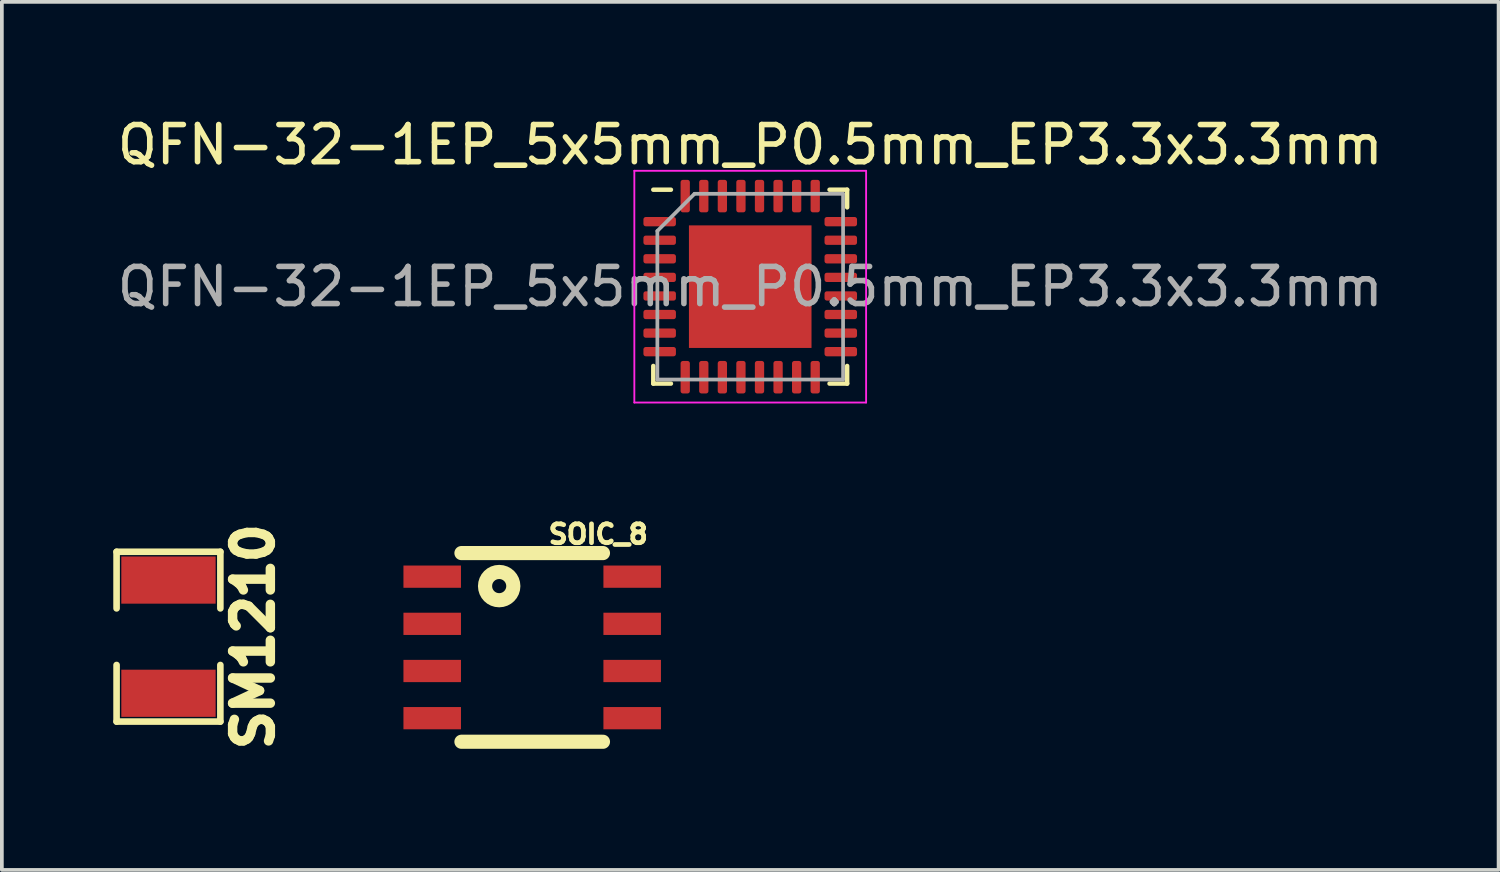
<source format=kicad_pcb>
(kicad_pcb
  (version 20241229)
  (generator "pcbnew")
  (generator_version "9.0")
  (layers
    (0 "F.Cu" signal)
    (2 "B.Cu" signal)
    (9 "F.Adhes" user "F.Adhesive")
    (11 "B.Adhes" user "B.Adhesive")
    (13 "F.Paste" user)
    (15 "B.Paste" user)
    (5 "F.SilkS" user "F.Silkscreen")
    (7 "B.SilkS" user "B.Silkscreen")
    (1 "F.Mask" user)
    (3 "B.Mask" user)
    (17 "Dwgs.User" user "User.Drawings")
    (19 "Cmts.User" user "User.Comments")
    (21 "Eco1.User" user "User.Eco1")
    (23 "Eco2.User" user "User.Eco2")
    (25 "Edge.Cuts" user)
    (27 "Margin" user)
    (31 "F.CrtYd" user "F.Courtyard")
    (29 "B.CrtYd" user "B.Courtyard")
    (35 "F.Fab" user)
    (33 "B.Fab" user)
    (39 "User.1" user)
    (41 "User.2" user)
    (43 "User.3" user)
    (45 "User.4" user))
  (footprint "QFN-32-1EP_5x5mm_P0.5mm_EP3.3x3.3mm"
    (layer "F.Cu")
    (at 17.149 4.668)
    (property "Reference" "QFN-32-1EP_5x5mm_P0.5mm_EP3.3x3.3mm" (at 0 -3.82 0) (layer "F.SilkS") (effects (font (size 1 1) (thickness 0.15))))
    (attr smd)
    (fp_line (start -2.61 2.61) (end -2.61 2.135) (stroke (width 0.12) (type solid)) (layer "F.SilkS"))
    (fp_line (start -2.135 -2.61) (end -2.61 -2.61) (stroke (width 0.12) (type solid)) (layer "F.SilkS"))
    (fp_line (start -2.135 2.61) (end -2.61 2.61) (stroke (width 0.12) (type solid)) (layer "F.SilkS"))
    (fp_line (start 2.135 -2.61) (end 2.61 -2.61) (stroke (width 0.12) (type solid)) (layer "F.SilkS"))
    (fp_line (start 2.135 2.61) (end 2.61 2.61) (stroke (width 0.12) (type solid)) (layer "F.SilkS"))
    (fp_line (start 2.61 -2.61) (end 2.61 -2.135) (stroke (width 0.12) (type solid)) (layer "F.SilkS"))
    (fp_line (start 2.61 2.61) (end 2.61 2.135) (stroke (width 0.12) (type solid)) (layer "F.SilkS"))
    (fp_line (start -3.12 -3.12) (end -3.12 3.12) (stroke (width 0.05) (type solid)) (layer "F.CrtYd"))
    (fp_line (start -3.12 3.12) (end 3.12 3.12) (stroke (width 0.05) (type solid)) (layer "F.CrtYd"))
    (fp_line (start 3.12 -3.12) (end -3.12 -3.12) (stroke (width 0.05) (type solid)) (layer "F.CrtYd"))
    (fp_line (start 3.12 3.12) (end 3.12 -3.12) (stroke (width 0.05) (type solid)) (layer "F.CrtYd"))
    (fp_line (start -2.5 -1.5) (end -1.5 -2.5) (stroke (width 0.1) (type solid)) (layer "F.Fab"))
    (fp_line (start -2.5 2.5) (end -2.5 -1.5) (stroke (width 0.1) (type solid)) (layer "F.Fab"))
    (fp_line (start -1.5 -2.5) (end 2.5 -2.5) (stroke (width 0.1) (type solid)) (layer "F.Fab"))
    (fp_line (start 2.5 -2.5) (end 2.5 2.5) (stroke (width 0.1) (type solid)) (layer "F.Fab"))
    (fp_line (start 2.5 2.5) (end -2.5 2.5) (stroke (width 0.1) (type solid)) (layer "F.Fab"))
    (fp_text user "${REFERENCE}" (at 0 0 0) (layer "F.Fab") (effects (font (size 1 1) (thickness 0.15))))
    (pad "" smd roundrect (at -1.1 -1.1) (size 0.89 0.89) (layers "F.Paste") (roundrect_rratio 0.25))
    (pad "" smd roundrect (at -1.1 0) (size 0.89 0.89) (layers "F.Paste") (roundrect_rratio 0.25))
    (pad "" smd roundrect (at -1.1 1.1) (size 0.89 0.89) (layers "F.Paste") (roundrect_rratio 0.25))
    (pad "" smd roundrect (at 0 -1.1) (size 0.89 0.89) (layers "F.Paste") (roundrect_rratio 0.25))
    (pad "" smd roundrect (at 0 0) (size 0.89 0.89) (layers "F.Paste") (roundrect_rratio 0.25))
    (pad "" smd roundrect (at 0 1.1) (size 0.89 0.89) (layers "F.Paste") (roundrect_rratio 0.25))
    (pad "" smd roundrect (at 1.1 -1.1) (size 0.89 0.89) (layers "F.Paste") (roundrect_rratio 0.25))
    (pad "" smd roundrect (at 1.1 0) (size 0.89 0.89) (layers "F.Paste") (roundrect_rratio 0.25))
    (pad "" smd roundrect (at 1.1 1.1) (size 0.89 0.89) (layers "F.Paste") (roundrect_rratio 0.25))
    (pad "1" smd roundrect (at -2.438 -1.75) (size 0.875 0.25) (layers "F.Cu" "F.Mask" "F.Paste") (roundrect_rratio 0.25))
    (pad "2" smd roundrect (at -2.438 -1.25) (size 0.875 0.25) (layers "F.Cu" "F.Mask" "F.Paste") (roundrect_rratio 0.25))
    (pad "3" smd roundrect (at -2.438 -0.75) (size 0.875 0.25) (layers "F.Cu" "F.Mask" "F.Paste") (roundrect_rratio 0.25))
    (pad "4" smd roundrect (at -2.438 -0.25) (size 0.875 0.25) (layers "F.Cu" "F.Mask" "F.Paste") (roundrect_rratio 0.25))
    (pad "5" smd roundrect (at -2.438 0.25) (size 0.875 0.25) (layers "F.Cu" "F.Mask" "F.Paste") (roundrect_rratio 0.25))
    (pad "6" smd roundrect (at -2.438 0.75) (size 0.875 0.25) (layers "F.Cu" "F.Mask" "F.Paste") (roundrect_rratio 0.25))
    (pad "7" smd roundrect (at -2.438 1.25) (size 0.875 0.25) (layers "F.Cu" "F.Mask" "F.Paste") (roundrect_rratio 0.25))
    (pad "8" smd roundrect (at -2.438 1.75) (size 0.875 0.25) (layers "F.Cu" "F.Mask" "F.Paste") (roundrect_rratio 0.25))
    (pad "9" smd roundrect (at -1.75 2.438) (size 0.25 0.875) (layers "F.Cu" "F.Mask" "F.Paste") (roundrect_rratio 0.25))
    (pad "10" smd roundrect (at -1.25 2.438) (size 0.25 0.875) (layers "F.Cu" "F.Mask" "F.Paste") (roundrect_rratio 0.25))
    (pad "11" smd roundrect (at -0.75 2.438) (size 0.25 0.875) (layers "F.Cu" "F.Mask" "F.Paste") (roundrect_rratio 0.25))
    (pad "12" smd roundrect (at -0.25 2.438) (size 0.25 0.875) (layers "F.Cu" "F.Mask" "F.Paste") (roundrect_rratio 0.25))
    (pad "13" smd roundrect (at 0.25 2.438) (size 0.25 0.875) (layers "F.Cu" "F.Mask" "F.Paste") (roundrect_rratio 0.25))
    (pad "14" smd roundrect (at 0.75 2.438) (size 0.25 0.875) (layers "F.Cu" "F.Mask" "F.Paste") (roundrect_rratio 0.25))
    (pad "15" smd roundrect (at 1.25 2.438) (size 0.25 0.875) (layers "F.Cu" "F.Mask" "F.Paste") (roundrect_rratio 0.25))
    (pad "16" smd roundrect (at 1.75 2.438) (size 0.25 0.875) (layers "F.Cu" "F.Mask" "F.Paste") (roundrect_rratio 0.25))
    (pad "17" smd roundrect (at 2.438 1.75) (size 0.875 0.25) (layers "F.Cu" "F.Mask" "F.Paste") (roundrect_rratio 0.25))
    (pad "18" smd roundrect (at 2.438 1.25) (size 0.875 0.25) (layers "F.Cu" "F.Mask" "F.Paste") (roundrect_rratio 0.25))
    (pad "19" smd roundrect (at 2.438 0.75) (size 0.875 0.25) (layers "F.Cu" "F.Mask" "F.Paste") (roundrect_rratio 0.25))
    (pad "20" smd roundrect (at 2.438 0.25) (size 0.875 0.25) (layers "F.Cu" "F.Mask" "F.Paste") (roundrect_rratio 0.25))
    (pad "21" smd roundrect (at 2.438 -0.25) (size 0.875 0.25) (layers "F.Cu" "F.Mask" "F.Paste") (roundrect_rratio 0.25))
    (pad "22" smd roundrect (at 2.438 -0.75) (size 0.875 0.25) (layers "F.Cu" "F.Mask" "F.Paste") (roundrect_rratio 0.25))
    (pad "23" smd roundrect (at 2.438 -1.25) (size 0.875 0.25) (layers "F.Cu" "F.Mask" "F.Paste") (roundrect_rratio 0.25))
    (pad "24" smd roundrect (at 2.438 -1.75) (size 0.875 0.25) (layers "F.Cu" "F.Mask" "F.Paste") (roundrect_rratio 0.25))
    (pad "25" smd roundrect (at 1.75 -2.438) (size 0.25 0.875) (layers "F.Cu" "F.Mask" "F.Paste") (roundrect_rratio 0.25))
    (pad "26" smd roundrect (at 1.25 -2.438) (size 0.25 0.875) (layers "F.Cu" "F.Mask" "F.Paste") (roundrect_rratio 0.25))
    (pad "27" smd roundrect (at 0.75 -2.438) (size 0.25 0.875) (layers "F.Cu" "F.Mask" "F.Paste") (roundrect_rratio 0.25))
    (pad "28" smd roundrect (at 0.25 -2.438) (size 0.25 0.875) (layers "F.Cu" "F.Mask" "F.Paste") (roundrect_rratio 0.25))
    (pad "29" smd roundrect (at -0.25 -2.438) (size 0.25 0.875) (layers "F.Cu" "F.Mask" "F.Paste") (roundrect_rratio 0.25))
    (pad "30" smd roundrect (at -0.75 -2.438) (size 0.25 0.875) (layers "F.Cu" "F.Mask" "F.Paste") (roundrect_rratio 0.25))
    (pad "31" smd roundrect (at -1.25 -2.438) (size 0.25 0.875) (layers "F.Cu" "F.Mask" "F.Paste") (roundrect_rratio 0.25))
    (pad "32" smd roundrect (at -1.75 -2.438) (size 0.25 0.875) (layers "F.Cu" "F.Mask" "F.Paste") (roundrect_rratio 0.25))
    (pad "33" smd rect (at 0 0) (size 3.3 3.3) (layers "F.Cu" "F.Mask")))
  (footprint "SOIC_8"
    (layer "F.Cu")
    (at 11.279 14.381)
    (property "Reference" "SOIC_8" (at 1.778 -3.048 0) (layer "F.SilkS") (effects (font (size 0.508 0.508) (thickness 0.127))))
    (attr through_hole)
    (fp_line (start 1.905 -2.54) (end -1.905 -2.54) (stroke (width 0.381) (type solid)) (layer "F.SilkS"))
    (fp_line (start 1.905 2.54) (end -1.905 2.54) (stroke (width 0.381) (type solid)) (layer "F.SilkS"))
    (fp_circle (center -0.889 -1.651) (end -0.508 -1.651) (stroke (width 0.381) (type solid)) (fill no) (layer "F.SilkS"))
    (pad "1" smd rect (at -2.692 -1.905 270) (size 0.599 1.549) (layers "F.Cu" "F.Mask" "F.Paste"))
    (pad "2" smd rect (at -2.692 -0.635 270) (size 0.599 1.549) (layers "F.Cu" "F.Mask" "F.Paste"))
    (pad "3" smd rect (at -2.692 0.635 270) (size 0.599 1.549) (layers "F.Cu" "F.Mask" "F.Paste"))
    (pad "4" smd rect (at -2.692 1.905 270) (size 0.599 1.549) (layers "F.Cu" "F.Mask" "F.Paste"))
    (pad "5" smd rect (at 2.692 1.905 270) (size 0.599 1.549) (layers "F.Cu" "F.Mask" "F.Paste"))
    (pad "6" smd rect (at 2.692 0.635 270) (size 0.599 1.549) (layers "F.Cu" "F.Mask" "F.Paste"))
    (pad "7" smd rect (at 2.692 -0.635 270) (size 0.599 1.549) (layers "F.Cu" "F.Mask" "F.Paste"))
    (pad "8" smd rect (at 2.692 -1.905 270) (size 0.599 1.549) (layers "F.Cu" "F.Mask" "F.Paste")))
  (footprint "SM1210"
    (layer "F.Cu")
    (at 1.486 14.092)
    (property "Reference" "SM1210" (at 2.286 0 270) (layer "F.SilkS") (effects (font (size 1.016 1.016) (thickness 0.254))))
    (attr smd)
    (fp_line (start -1.397 -2.286) (end -1.397 -0.762) (stroke (width 0.178) (type solid)) (layer "F.SilkS"))
    (fp_line (start -1.397 0.762) (end -1.397 2.286) (stroke (width 0.178) (type solid)) (layer "F.SilkS"))
    (fp_line (start -1.397 2.286) (end 1.397 2.286) (stroke (width 0.178) (type solid)) (layer "F.SilkS"))
    (fp_line (start 1.397 -2.286) (end -1.397 -2.286) (stroke (width 0.178) (type solid)) (layer "F.SilkS"))
    (fp_line (start 1.397 -0.762) (end 1.397 -2.286) (stroke (width 0.178) (type solid)) (layer "F.SilkS"))
    (fp_line (start 1.397 2.286) (end 1.397 0.762) (stroke (width 0.178) (type solid)) (layer "F.SilkS"))
    (pad "1" smd rect (at 0 -1.524 270) (size 1.27 2.54) (layers "F.Cu" "F.Mask" "F.Paste"))
    (pad "2" smd rect (at 0 1.524 270) (size 1.27 2.54) (layers "F.Cu" "F.Mask" "F.Paste")))
  (gr_rect
    (start -3 -3)
    (end 37.298 20.371)
    (stroke (width 0.1) (type default))
    (fill no)
    (layer "Edge.Cuts")))
</source>
